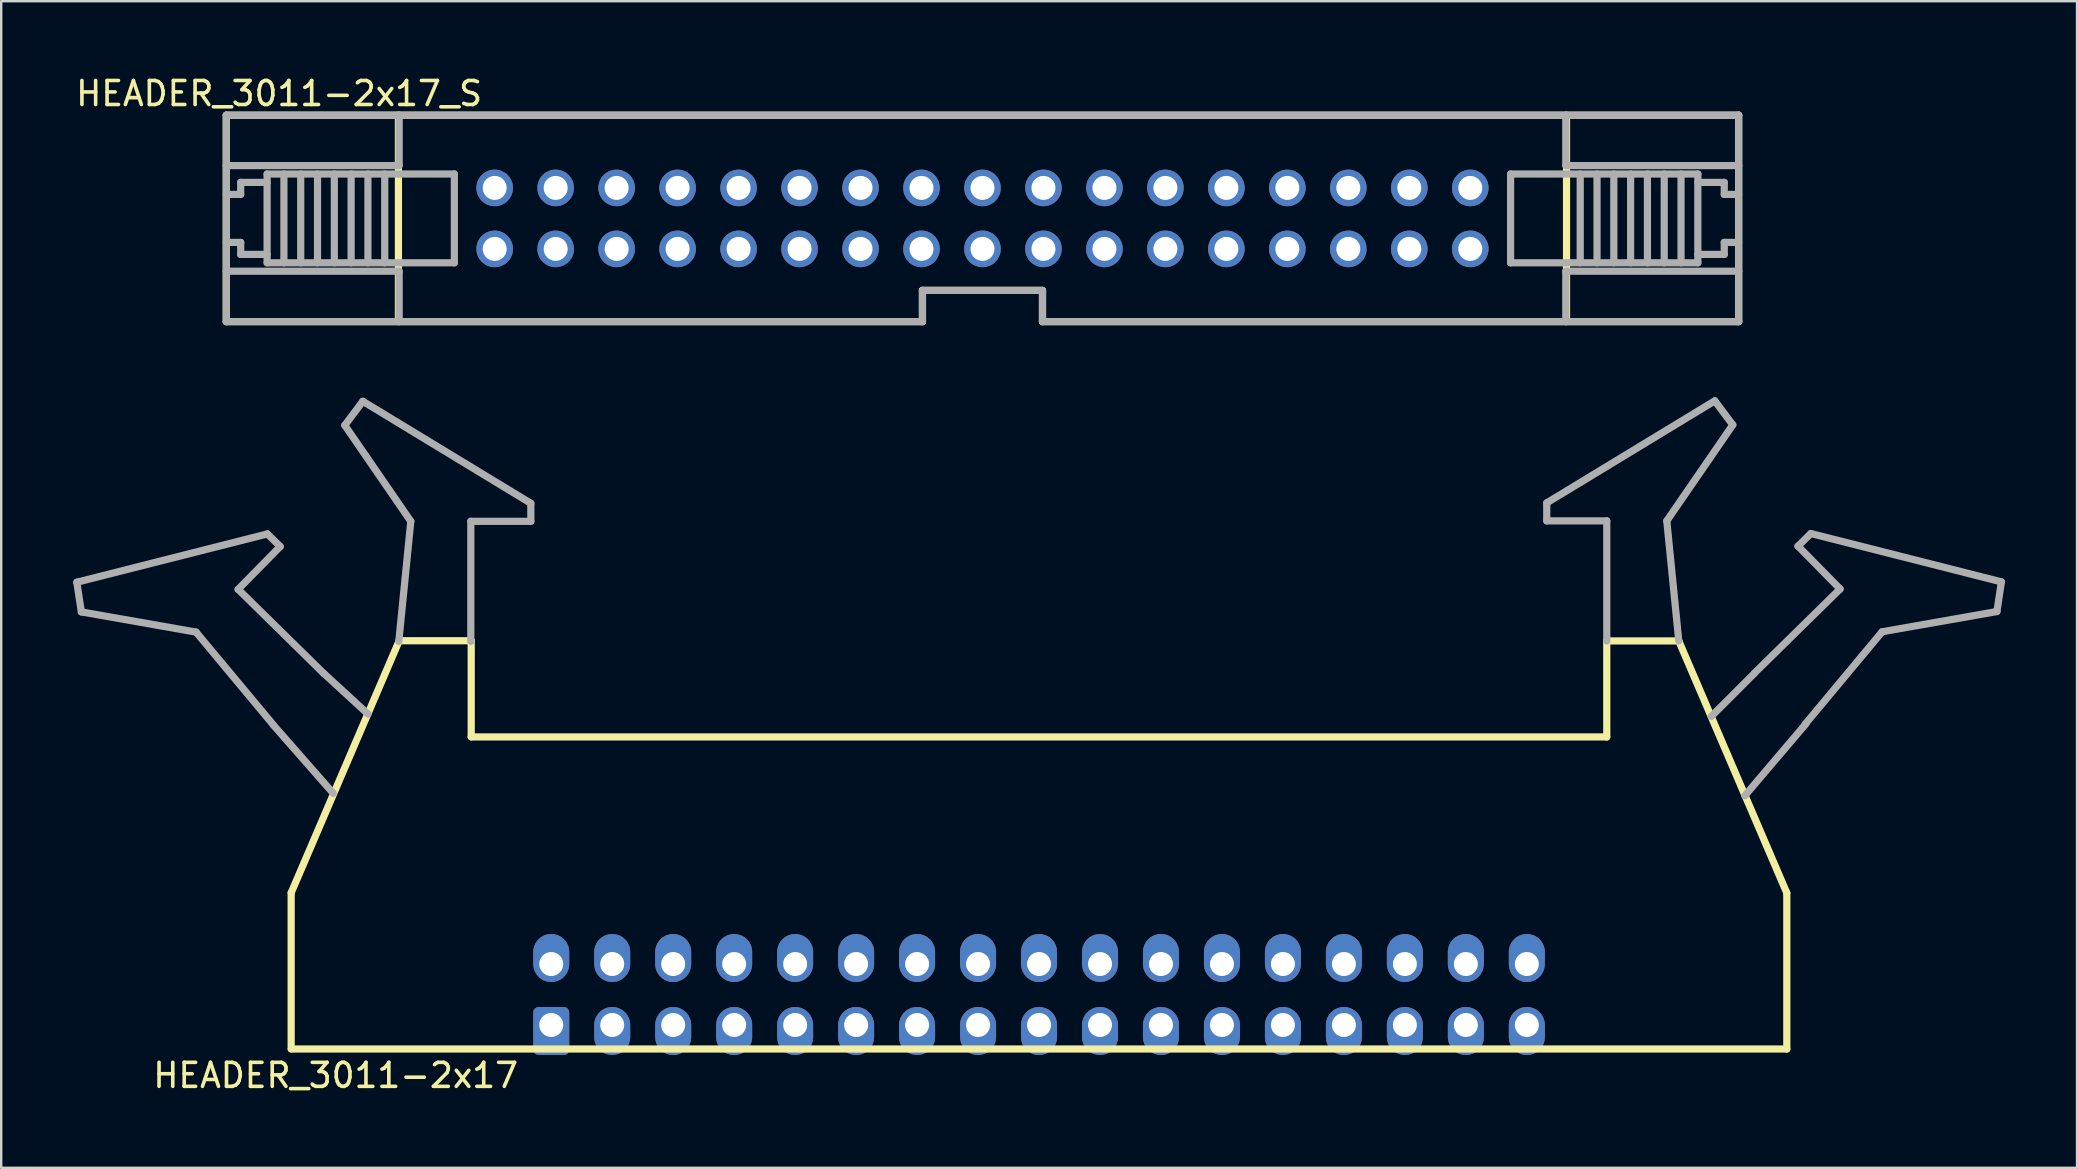
<source format=kicad_pcb>
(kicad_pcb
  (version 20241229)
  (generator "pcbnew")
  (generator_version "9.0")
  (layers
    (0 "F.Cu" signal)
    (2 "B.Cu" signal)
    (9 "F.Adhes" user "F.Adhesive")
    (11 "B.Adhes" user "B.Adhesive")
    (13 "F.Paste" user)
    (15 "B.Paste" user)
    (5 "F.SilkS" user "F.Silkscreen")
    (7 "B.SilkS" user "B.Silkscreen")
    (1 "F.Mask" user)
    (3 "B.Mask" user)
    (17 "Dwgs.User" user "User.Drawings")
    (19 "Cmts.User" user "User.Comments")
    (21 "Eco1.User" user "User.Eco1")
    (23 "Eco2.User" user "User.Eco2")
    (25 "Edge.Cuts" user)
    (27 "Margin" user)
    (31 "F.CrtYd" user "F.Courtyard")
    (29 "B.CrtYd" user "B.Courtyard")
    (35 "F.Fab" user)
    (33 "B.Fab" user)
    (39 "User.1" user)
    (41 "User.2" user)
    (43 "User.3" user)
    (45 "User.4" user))
  (footprint "HEADER_3011-2x17"
    (layer "F.Cu")
    (at 40.233 39.648)
    (property "Reference" "HEADER_3011-2x17" (at -29.3 2.1 0) (layer "F.SilkS") (effects (font (size 1 1) (thickness 0.15))))
    (attr through_hole)
    (fp_line (start -31.154 -5.506) (end -26.654 -16.006) (stroke (width 0.3) (type solid)) (layer "F.SilkS"))
    (fp_line (start -31.154 0.994) (end -31.154 -5.506) (stroke (width 0.3) (type solid)) (layer "F.SilkS"))
    (fp_line (start -31.15 1) (end 31.15 1) (stroke (width 0.3) (type solid)) (layer "F.SilkS"))
    (fp_line (start -26.654 -16.006) (end -23.654 -16.006) (stroke (width 0.3) (type solid)) (layer "F.SilkS"))
    (fp_line (start -23.654 -16.006) (end -23.654 -12.006) (stroke (width 0.3) (type solid)) (layer "F.SilkS"))
    (fp_line (start 23.65 -16) (end 23.65 -12) (stroke (width 0.3) (type solid)) (layer "F.SilkS"))
    (fp_line (start 23.65 -12) (end -23.654 -12) (stroke (width 0.3) (type solid)) (layer "F.SilkS"))
    (fp_line (start 26.65 -16) (end 23.65 -16) (stroke (width 0.3) (type solid)) (layer "F.SilkS"))
    (fp_line (start 31.15 -5.5) (end 26.65 -16) (stroke (width 0.3) (type solid)) (layer "F.SilkS"))
    (fp_line (start 31.15 1) (end 31.15 -5.5) (stroke (width 0.3) (type solid)) (layer "F.SilkS"))
    (fp_line (start -40.083 -18.444) (end -39.895 -17.208) (stroke (width 0.3) (type solid)) (layer "F.Fab"))
    (fp_line (start -39.895 -17.208) (end -35.115 -16.366) (stroke (width 0.3) (type solid)) (layer "F.Fab"))
    (fp_line (start -35.115 -16.366) (end -31.899 -12.504) (stroke (width 0.3) (type solid)) (layer "F.Fab"))
    (fp_line (start -33.363 -18.149) (end -31.61 -19.932) (stroke (width 0.3) (type solid)) (layer "F.Fab"))
    (fp_line (start -32.145 -20.457) (end -40.083 -18.444) (stroke (width 0.3) (type solid)) (layer "F.Fab"))
    (fp_line (start -31.9 -12.5) (end -29.4 -9.65) (stroke (width 0.3) (type solid)) (layer "F.Fab"))
    (fp_line (start -31.61 -19.932) (end -32.145 -20.457) (stroke (width 0.3) (type solid)) (layer "F.Fab"))
    (fp_line (start -29.8 -14.65) (end -27.95 -12.95) (stroke (width 0.3) (type solid)) (layer "F.Fab"))
    (fp_line (start -29.796 -14.644) (end -33.363 -18.149) (stroke (width 0.3) (type solid)) (layer "F.Fab"))
    (fp_line (start -28.92 -24.982) (end -26.17 -20.982) (stroke (width 0.3) (type solid)) (layer "F.Fab"))
    (fp_line (start -28.17 -25.982) (end -28.92 -24.982) (stroke (width 0.3) (type solid)) (layer "F.Fab"))
    (fp_line (start -26.17 -20.982) (end -26.67 -15.982) (stroke (width 0.3) (type solid)) (layer "F.Fab"))
    (fp_line (start -23.67 -20.982) (end -21.17 -20.982) (stroke (width 0.3) (type solid)) (layer "F.Fab"))
    (fp_line (start -23.67 -15.982) (end -23.67 -20.982) (stroke (width 0.3) (type solid)) (layer "F.Fab"))
    (fp_line (start -21.17 -21.732) (end -28.17 -25.982) (stroke (width 0.3) (type solid)) (layer "F.Fab"))
    (fp_line (start -21.17 -20.982) (end -21.17 -21.732) (stroke (width 0.3) (type solid)) (layer "F.Fab"))
    (fp_line (start 21.15 -21.75) (end 28.15 -26) (stroke (width 0.3) (type solid)) (layer "F.Fab"))
    (fp_line (start 21.15 -21) (end 21.15 -21.75) (stroke (width 0.3) (type solid)) (layer "F.Fab"))
    (fp_line (start 23.65 -21) (end 21.15 -21) (stroke (width 0.3) (type solid)) (layer "F.Fab"))
    (fp_line (start 23.65 -16) (end 23.65 -21) (stroke (width 0.3) (type solid)) (layer "F.Fab"))
    (fp_line (start 26.15 -21) (end 26.65 -16) (stroke (width 0.3) (type solid)) (layer "F.Fab"))
    (fp_line (start 28.15 -26) (end 28.9 -25) (stroke (width 0.3) (type solid)) (layer "F.Fab"))
    (fp_line (start 28.9 -25) (end 26.15 -21) (stroke (width 0.3) (type solid)) (layer "F.Fab"))
    (fp_line (start 29.8 -14.65) (end 28 -12.85) (stroke (width 0.3) (type solid)) (layer "F.Fab"))
    (fp_line (start 29.803 -14.659) (end 33.37 -18.164) (stroke (width 0.3) (type solid)) (layer "F.Fab"))
    (fp_line (start 31.617 -19.947) (end 32.152 -20.473) (stroke (width 0.3) (type solid)) (layer "F.Fab"))
    (fp_line (start 31.95 -12.55) (end 29.4 -9.55) (stroke (width 0.3) (type solid)) (layer "F.Fab"))
    (fp_line (start 32.152 -20.473) (end 40.09 -18.459) (stroke (width 0.3) (type solid)) (layer "F.Fab"))
    (fp_line (start 33.37 -18.164) (end 31.617 -19.947) (stroke (width 0.3) (type solid)) (layer "F.Fab"))
    (fp_line (start 35.122 -16.381) (end 31.906 -12.52) (stroke (width 0.3) (type solid)) (layer "F.Fab"))
    (fp_line (start 39.902 -17.223) (end 35.122 -16.381) (stroke (width 0.3) (type solid)) (layer "F.Fab"))
    (fp_line (start 40.09 -18.459) (end 39.902 -17.223) (stroke (width 0.3) (type solid)) (layer "F.Fab"))
    (pad "1" thru_hole roundrect (at -20.32 0) (size 1.5 2) (drill 1 (offset 0 0.25)) (layers "*.Cu" "*.Mask") (roundrect_rratio 0.15))
    (pad "2" thru_hole oval (at -20.32 -2.54 180) (size 1.5 2) (drill 1 (offset 0 0.25)) (layers "*.Cu" "*.Mask"))
    (pad "3" thru_hole oval (at -17.78 0) (size 1.5 2) (drill 1 (offset 0 0.25)) (layers "*.Cu" "*.Mask"))
    (pad "4" thru_hole oval (at -17.78 -2.54 180) (size 1.5 2) (drill 1 (offset 0 0.25)) (layers "*.Cu" "*.Mask"))
    (pad "5" thru_hole oval (at -15.24 0) (size 1.5 2) (drill 1 (offset 0 0.25)) (layers "*.Cu" "*.Mask"))
    (pad "6" thru_hole oval (at -15.24 -2.54 180) (size 1.5 2) (drill 1 (offset 0 0.25)) (layers "*.Cu" "*.Mask"))
    (pad "7" thru_hole oval (at -12.7 0) (size 1.5 2) (drill 1 (offset 0 0.25)) (layers "*.Cu" "*.Mask"))
    (pad "8" thru_hole oval (at -12.7 -2.54 180) (size 1.5 2) (drill 1 (offset 0 0.25)) (layers "*.Cu" "*.Mask"))
    (pad "9" thru_hole oval (at -10.16 0) (size 1.5 2) (drill 1 (offset 0 0.25)) (layers "*.Cu" "*.Mask"))
    (pad "10" thru_hole oval (at -10.16 -2.54 180) (size 1.5 2) (drill 1 (offset 0 0.25)) (layers "*.Cu" "*.Mask"))
    (pad "11" thru_hole oval (at -7.62 0) (size 1.5 2) (drill 1 (offset 0 0.25)) (layers "*.Cu" "*.Mask"))
    (pad "12" thru_hole oval (at -7.62 -2.54 180) (size 1.5 2) (drill 1 (offset 0 0.25)) (layers "*.Cu" "*.Mask"))
    (pad "13" thru_hole oval (at -5.08 0) (size 1.5 2) (drill 1 (offset 0 0.25)) (layers "*.Cu" "*.Mask"))
    (pad "14" thru_hole oval (at -5.08 -2.54 180) (size 1.5 2) (drill 1 (offset 0 0.25)) (layers "*.Cu" "*.Mask"))
    (pad "15" thru_hole oval (at -2.54 0) (size 1.5 2) (drill 1 (offset 0 0.25)) (layers "*.Cu" "*.Mask"))
    (pad "16" thru_hole oval (at -2.54 -2.54 180) (size 1.5 2) (drill 1 (offset 0 0.25)) (layers "*.Cu" "*.Mask"))
    (pad "17" thru_hole oval (at 0 0) (size 1.5 2) (drill 1 (offset 0 0.25)) (layers "*.Cu" "*.Mask"))
    (pad "18" thru_hole oval (at 0 -2.54 180) (size 1.5 2) (drill 1 (offset 0 0.25)) (layers "*.Cu" "*.Mask"))
    (pad "19" thru_hole oval (at 2.54 0) (size 1.5 2) (drill 1 (offset 0 0.25)) (layers "*.Cu" "*.Mask"))
    (pad "20" thru_hole oval (at 2.54 -2.54 180) (size 1.5 2) (drill 1 (offset 0 0.25)) (layers "*.Cu" "*.Mask"))
    (pad "21" thru_hole oval (at 5.08 0) (size 1.5 2) (drill 1 (offset 0 0.25)) (layers "*.Cu" "*.Mask"))
    (pad "22" thru_hole oval (at 5.08 -2.54 180) (size 1.5 2) (drill 1 (offset 0 0.25)) (layers "*.Cu" "*.Mask"))
    (pad "23" thru_hole oval (at 7.62 0) (size 1.5 2) (drill 1 (offset 0 0.25)) (layers "*.Cu" "*.Mask"))
    (pad "24" thru_hole oval (at 7.62 -2.54 180) (size 1.5 2) (drill 1 (offset 0 0.25)) (layers "*.Cu" "*.Mask"))
    (pad "25" thru_hole oval (at 10.16 0) (size 1.5 2) (drill 1 (offset 0 0.25)) (layers "*.Cu" "*.Mask"))
    (pad "26" thru_hole oval (at 10.16 -2.54 180) (size 1.5 2) (drill 1 (offset 0 0.25)) (layers "*.Cu" "*.Mask"))
    (pad "27" thru_hole oval (at 12.7 0) (size 1.5 2) (drill 1 (offset 0 0.25)) (layers "*.Cu" "*.Mask"))
    (pad "28" thru_hole oval (at 12.7 -2.54 180) (size 1.5 2) (drill 1 (offset 0 0.25)) (layers "*.Cu" "*.Mask"))
    (pad "29" thru_hole oval (at 15.24 0) (size 1.5 2) (drill 1 (offset 0 0.25)) (layers "*.Cu" "*.Mask"))
    (pad "30" thru_hole oval (at 15.24 -2.54 180) (size 1.5 2) (drill 1 (offset 0 0.25)) (layers "*.Cu" "*.Mask"))
    (pad "31" thru_hole oval (at 17.78 0) (size 1.5 2) (drill 1 (offset 0 0.25)) (layers "*.Cu" "*.Mask"))
    (pad "32" thru_hole oval (at 17.78 -2.54 180) (size 1.5 2) (drill 1 (offset 0 0.25)) (layers "*.Cu" "*.Mask"))
    (pad "33" thru_hole oval (at 20.32 0) (size 1.5 2) (drill 1 (offset 0 0.25)) (layers "*.Cu" "*.Mask"))
    (pad "34" thru_hole oval (at 20.32 -2.54 180) (size 1.5 2) (drill 1 (offset 0 0.25)) (layers "*.Cu" "*.Mask")))
  (footprint "HEADER_3011-2x17_S"
    (layer "F.Cu")
    (at 37.877 6.048)
    (property "Reference" "HEADER_3011-2x17_S" (at -29.3 -5.2 0) (layer "F.SilkS") (effects (font (size 1 1) (thickness 0.15))))
    (attr through_hole)
    (fp_line (start -31.5 -4.3) (end 31.5 -4.3) (stroke (width 0.3) (type solid)) (layer "F.SilkS"))
    (fp_line (start -31.5 4.3) (end -31.5 -4.3) (stroke (width 0.3) (type solid)) (layer "F.SilkS"))
    (fp_line (start -31.5 4.3) (end -2.5 4.3) (stroke (width 0.3) (type solid)) (layer "F.SilkS"))
    (fp_line (start -24.33 -4.3) (end -24.33 4.3) (stroke (width 0.3) (type solid)) (layer "F.SilkS"))
    (fp_line (start -2.5 3) (end -2.5 4.3) (stroke (width 0.3) (type solid)) (layer "F.SilkS"))
    (fp_line (start 2.5 3) (end -2.5 3) (stroke (width 0.3) (type solid)) (layer "F.SilkS"))
    (fp_line (start 2.5 3) (end 2.5 4.3) (stroke (width 0.3) (type solid)) (layer "F.SilkS"))
    (fp_line (start 24.33 -4.3) (end 24.33 4.3) (stroke (width 0.3) (type solid)) (layer "F.SilkS"))
    (fp_line (start 31.5 4.3) (end 2.5 4.3) (stroke (width 0.3) (type solid)) (layer "F.SilkS"))
    (fp_line (start 31.5 4.3) (end 31.5 -4.3) (stroke (width 0.3) (type solid)) (layer "F.SilkS"))
    (fp_line (start -31.5 -2.2) (end -31.5 -4.3) (stroke (width 0.3) (type solid)) (layer "F.Fab"))
    (fp_line (start -31.5 -1) (end -30.9 -1) (stroke (width 0.3) (type solid)) (layer "F.Fab"))
    (fp_line (start -31.5 1) (end -30.9 1) (stroke (width 0.3) (type solid)) (layer "F.Fab"))
    (fp_line (start -31.5 2.2) (end -31.5 -2.2) (stroke (width 0.3) (type solid)) (layer "F.Fab"))
    (fp_line (start -31.5 4.3) (end -31.5 2.2) (stroke (width 0.3) (type solid)) (layer "F.Fab"))
    (fp_line (start -30.9 -1.5) (end -29.8 -1.5) (stroke (width 0.3) (type solid)) (layer "F.Fab"))
    (fp_line (start -30.9 -1) (end -30.9 -1.5) (stroke (width 0.3) (type solid)) (layer "F.Fab"))
    (fp_line (start -30.9 1.5) (end -30.9 1) (stroke (width 0.3) (type solid)) (layer "F.Fab"))
    (fp_line (start -30.9 1.5) (end -29.8 1.5) (stroke (width 0.3) (type solid)) (layer "F.Fab"))
    (fp_line (start -29.8 -1.85) (end -22 -1.85) (stroke (width 0.3) (type solid)) (layer "F.Fab"))
    (fp_line (start -29.8 1.85) (end -29.8 -1.85) (stroke (width 0.3) (type solid)) (layer "F.Fab"))
    (fp_line (start -29.8 1.85) (end -22 1.85) (stroke (width 0.3) (type solid)) (layer "F.Fab"))
    (fp_line (start -29.1 1.85) (end -29.1 -1.85) (stroke (width 0.3) (type solid)) (layer "F.Fab"))
    (fp_line (start -28.4 1.85) (end -28.4 -1.85) (stroke (width 0.3) (type solid)) (layer "F.Fab"))
    (fp_line (start -27.7 1.85) (end -27.7 -1.85) (stroke (width 0.3) (type solid)) (layer "F.Fab"))
    (fp_line (start -27 1.85) (end -27 -1.85) (stroke (width 0.3) (type solid)) (layer "F.Fab"))
    (fp_line (start -26.3 1.85) (end -26.3 -1.85) (stroke (width 0.3) (type solid)) (layer "F.Fab"))
    (fp_line (start -25.6 1.85) (end -25.6 -1.85) (stroke (width 0.3) (type solid)) (layer "F.Fab"))
    (fp_line (start -24.9 1.85) (end -24.9 -1.85) (stroke (width 0.3) (type solid)) (layer "F.Fab"))
    (fp_line (start -24.3 -4.3) (end -31.5 -4.3) (stroke (width 0.3) (type solid)) (layer "F.Fab"))
    (fp_line (start -24.3 -4.3) (end 31.5 -4.3) (stroke (width 0.3) (type solid)) (layer "F.Fab"))
    (fp_line (start -24.3 -2.2) (end -31.5 -2.2) (stroke (width 0.3) (type solid)) (layer "F.Fab"))
    (fp_line (start -24.3 -2.2) (end -24.3 -4.3) (stroke (width 0.3) (type solid)) (layer "F.Fab"))
    (fp_line (start -24.3 2.2) (end -31.5 2.2) (stroke (width 0.3) (type solid)) (layer "F.Fab"))
    (fp_line (start -24.3 4.3) (end -24.3 2.2) (stroke (width 0.3) (type solid)) (layer "F.Fab"))
    (fp_line (start -22 1.85) (end -22 -1.85) (stroke (width 0.3) (type solid)) (layer "F.Fab"))
    (fp_line (start -2.5 3) (end -2.5 4.3) (stroke (width 0.3) (type solid)) (layer "F.Fab"))
    (fp_line (start -2.5 4.3) (end -31.5 4.3) (stroke (width 0.3) (type solid)) (layer "F.Fab"))
    (fp_line (start 2.5 3) (end -2.5 3) (stroke (width 0.3) (type solid)) (layer "F.Fab"))
    (fp_line (start 2.5 3) (end 2.5 4.3) (stroke (width 0.3) (type solid)) (layer "F.Fab"))
    (fp_line (start 2.5 4.3) (end 31.5 4.3) (stroke (width 0.3) (type solid)) (layer "F.Fab"))
    (fp_line (start 22 -1.85) (end 22 1.85) (stroke (width 0.3) (type solid)) (layer "F.Fab"))
    (fp_line (start 24.3 -4.3) (end 24.3 -2.2) (stroke (width 0.3) (type solid)) (layer "F.Fab"))
    (fp_line (start 24.3 -2.2) (end 31.5 -2.2) (stroke (width 0.3) (type solid)) (layer "F.Fab"))
    (fp_line (start 24.3 2.2) (end 24.3 4.3) (stroke (width 0.3) (type solid)) (layer "F.Fab"))
    (fp_line (start 24.3 2.2) (end 31.5 2.2) (stroke (width 0.3) (type solid)) (layer "F.Fab"))
    (fp_line (start 24.9 -1.85) (end 24.9 1.85) (stroke (width 0.3) (type solid)) (layer "F.Fab"))
    (fp_line (start 25.6 -1.85) (end 25.6 1.85) (stroke (width 0.3) (type solid)) (layer "F.Fab"))
    (fp_line (start 26.3 -1.85) (end 26.3 1.85) (stroke (width 0.3) (type solid)) (layer "F.Fab"))
    (fp_line (start 27 -1.85) (end 27 1.85) (stroke (width 0.3) (type solid)) (layer "F.Fab"))
    (fp_line (start 27.7 -1.85) (end 27.7 1.85) (stroke (width 0.3) (type solid)) (layer "F.Fab"))
    (fp_line (start 28.4 -1.85) (end 28.4 1.85) (stroke (width 0.3) (type solid)) (layer "F.Fab"))
    (fp_line (start 29.1 -1.85) (end 29.1 1.85) (stroke (width 0.3) (type solid)) (layer "F.Fab"))
    (fp_line (start 29.8 -1.85) (end 22 -1.85) (stroke (width 0.3) (type solid)) (layer "F.Fab"))
    (fp_line (start 29.8 -1.85) (end 29.8 1.85) (stroke (width 0.3) (type solid)) (layer "F.Fab"))
    (fp_line (start 29.8 1.85) (end 22 1.85) (stroke (width 0.3) (type solid)) (layer "F.Fab"))
    (fp_line (start 30.9 -1.5) (end 29.8 -1.5) (stroke (width 0.3) (type solid)) (layer "F.Fab"))
    (fp_line (start 30.9 -1.5) (end 30.9 -1) (stroke (width 0.3) (type solid)) (layer "F.Fab"))
    (fp_line (start 30.9 1) (end 30.9 1.5) (stroke (width 0.3) (type solid)) (layer "F.Fab"))
    (fp_line (start 30.9 1.5) (end 29.8 1.5) (stroke (width 0.3) (type solid)) (layer "F.Fab"))
    (fp_line (start 31.5 -4.3) (end 31.5 -2.2) (stroke (width 0.3) (type solid)) (layer "F.Fab"))
    (fp_line (start 31.5 -2.2) (end 31.5 2.2) (stroke (width 0.3) (type solid)) (layer "F.Fab"))
    (fp_line (start 31.5 -1) (end 30.9 -1) (stroke (width 0.3) (type solid)) (layer "F.Fab"))
    (fp_line (start 31.5 1) (end 30.9 1) (stroke (width 0.3) (type solid)) (layer "F.Fab"))
    (fp_line (start 31.5 2.2) (end 31.5 4.3) (stroke (width 0.3) (type solid)) (layer "F.Fab"))
    (pad "1" thru_hole circle (at -20.32 1.27) (size 1.524 1.524) (drill 1) (layers "*.Cu" "*.Mask"))
    (pad "2" thru_hole circle (at -20.32 -1.27) (size 1.524 1.524) (drill 1) (layers "*.Cu" "*.Mask"))
    (pad "3" thru_hole circle (at -17.78 1.27) (size 1.524 1.524) (drill 1) (layers "*.Cu" "*.Mask"))
    (pad "4" thru_hole circle (at -17.78 -1.27) (size 1.524 1.524) (drill 1) (layers "*.Cu" "*.Mask"))
    (pad "5" thru_hole circle (at -15.24 1.27) (size 1.524 1.524) (drill 1) (layers "*.Cu" "*.Mask"))
    (pad "6" thru_hole circle (at -15.24 -1.27) (size 1.524 1.524) (drill 1) (layers "*.Cu" "*.Mask"))
    (pad "7" thru_hole circle (at -12.7 1.27) (size 1.524 1.524) (drill 1) (layers "*.Cu" "*.Mask"))
    (pad "8" thru_hole circle (at -12.7 -1.27) (size 1.524 1.524) (drill 1) (layers "*.Cu" "*.Mask"))
    (pad "9" thru_hole circle (at -10.16 1.27) (size 1.524 1.524) (drill 1) (layers "*.Cu" "*.Mask"))
    (pad "10" thru_hole circle (at -10.16 -1.27) (size 1.524 1.524) (drill 1) (layers "*.Cu" "*.Mask"))
    (pad "11" thru_hole circle (at -7.62 1.27) (size 1.524 1.524) (drill 1) (layers "*.Cu" "*.Mask"))
    (pad "12" thru_hole circle (at -7.62 -1.27) (size 1.524 1.524) (drill 1) (layers "*.Cu" "*.Mask"))
    (pad "13" thru_hole circle (at -5.08 1.27) (size 1.524 1.524) (drill 1) (layers "*.Cu" "*.Mask"))
    (pad "14" thru_hole circle (at -5.08 -1.27) (size 1.524 1.524) (drill 1) (layers "*.Cu" "*.Mask"))
    (pad "15" thru_hole circle (at -2.54 1.27) (size 1.524 1.524) (drill 1) (layers "*.Cu" "*.Mask"))
    (pad "16" thru_hole circle (at -2.54 -1.27) (size 1.524 1.524) (drill 1) (layers "*.Cu" "*.Mask"))
    (pad "17" thru_hole circle (at 0 1.27) (size 1.524 1.524) (drill 1) (layers "*.Cu" "*.Mask"))
    (pad "18" thru_hole circle (at 0 -1.27) (size 1.524 1.524) (drill 1) (layers "*.Cu" "*.Mask"))
    (pad "19" thru_hole circle (at 2.54 1.27) (size 1.524 1.524) (drill 1) (layers "*.Cu" "*.Mask"))
    (pad "20" thru_hole circle (at 2.54 -1.27) (size 1.524 1.524) (drill 1) (layers "*.Cu" "*.Mask"))
    (pad "21" thru_hole circle (at 5.08 1.27) (size 1.524 1.524) (drill 1) (layers "*.Cu" "*.Mask"))
    (pad "22" thru_hole circle (at 5.08 -1.27) (size 1.524 1.524) (drill 1) (layers "*.Cu" "*.Mask"))
    (pad "23" thru_hole circle (at 7.62 1.27) (size 1.524 1.524) (drill 1) (layers "*.Cu" "*.Mask"))
    (pad "24" thru_hole circle (at 7.62 -1.27) (size 1.524 1.524) (drill 1) (layers "*.Cu" "*.Mask"))
    (pad "25" thru_hole circle (at 10.16 1.27) (size 1.524 1.524) (drill 1) (layers "*.Cu" "*.Mask"))
    (pad "26" thru_hole circle (at 10.16 -1.27) (size 1.524 1.524) (drill 1) (layers "*.Cu" "*.Mask"))
    (pad "27" thru_hole circle (at 12.7 1.27) (size 1.524 1.524) (drill 1) (layers "*.Cu" "*.Mask"))
    (pad "28" thru_hole circle (at 12.7 -1.27) (size 1.524 1.524) (drill 1) (layers "*.Cu" "*.Mask"))
    (pad "29" thru_hole circle (at 15.24 1.27) (size 1.524 1.524) (drill 1) (layers "*.Cu" "*.Mask"))
    (pad "30" thru_hole circle (at 15.24 -1.27) (size 1.524 1.524) (drill 1) (layers "*.Cu" "*.Mask"))
    (pad "31" thru_hole circle (at 17.78 1.27) (size 1.524 1.524) (drill 1) (layers "*.Cu" "*.Mask"))
    (pad "32" thru_hole circle (at 17.78 -1.27) (size 1.524 1.524) (drill 1) (layers "*.Cu" "*.Mask"))
    (pad "33" thru_hole circle (at 20.32 1.27) (size 1.524 1.524) (drill 1) (layers "*.Cu" "*.Mask"))
    (pad "34" thru_hole circle (at 20.32 -1.27) (size 1.524 1.524) (drill 1) (layers "*.Cu" "*.Mask")))
  (gr_rect
    (start -3 -3)
    (end 83.473 45.596)
    (stroke (width 0.1) (type default))
    (fill no)
    (layer "Edge.Cuts")))
</source>
